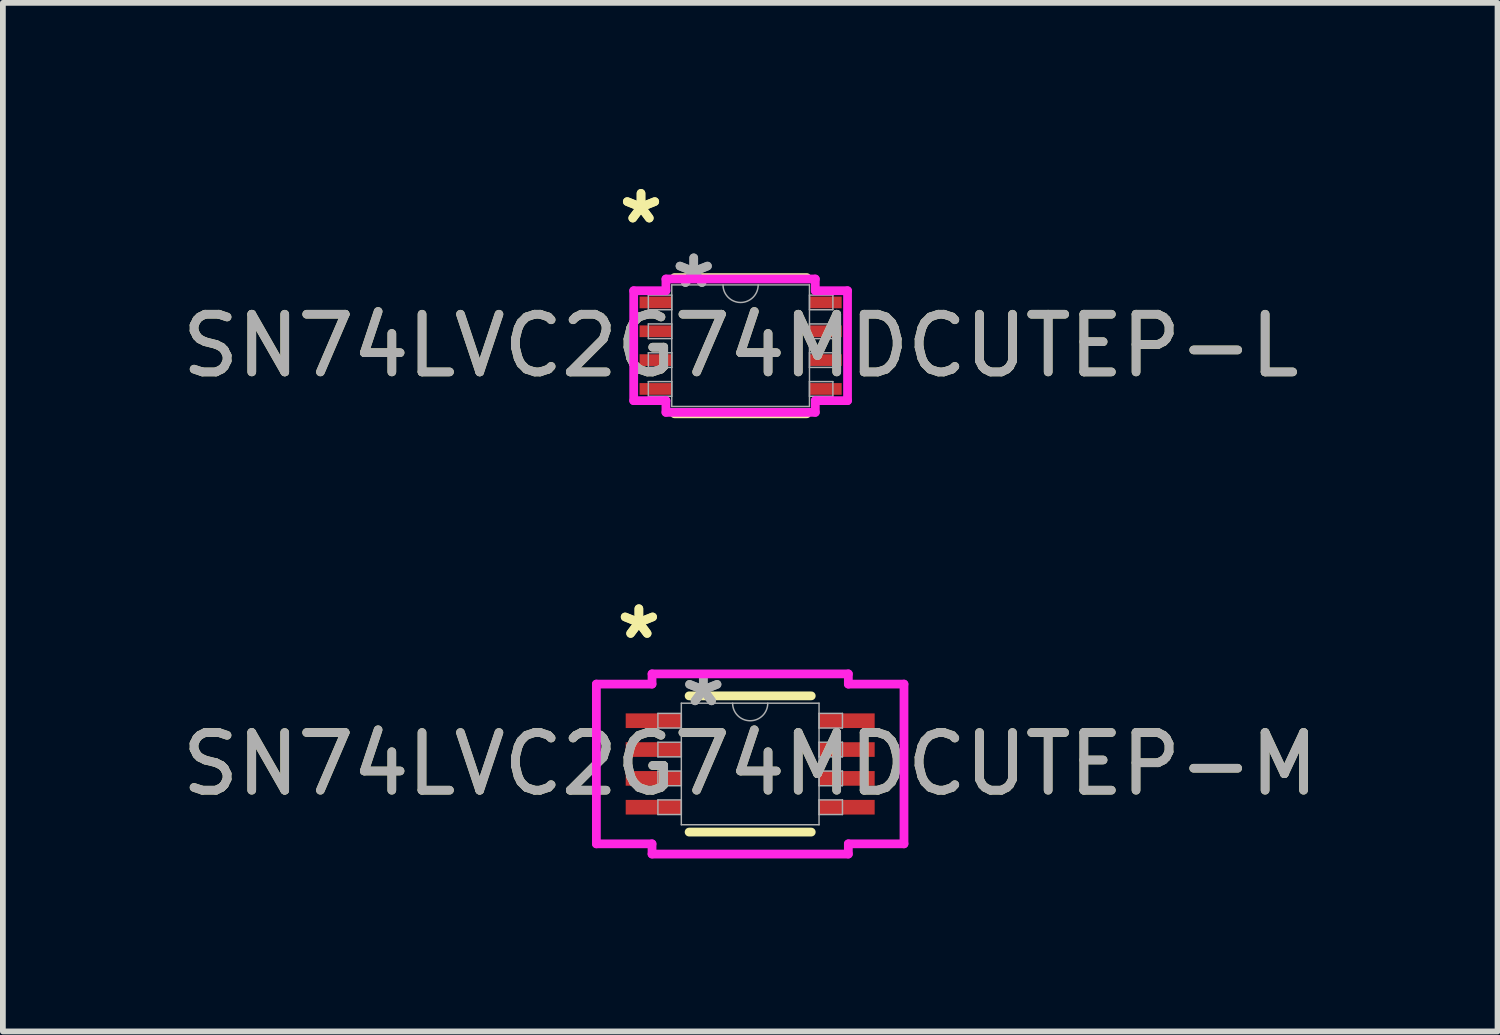
<source format=kicad_pcb>
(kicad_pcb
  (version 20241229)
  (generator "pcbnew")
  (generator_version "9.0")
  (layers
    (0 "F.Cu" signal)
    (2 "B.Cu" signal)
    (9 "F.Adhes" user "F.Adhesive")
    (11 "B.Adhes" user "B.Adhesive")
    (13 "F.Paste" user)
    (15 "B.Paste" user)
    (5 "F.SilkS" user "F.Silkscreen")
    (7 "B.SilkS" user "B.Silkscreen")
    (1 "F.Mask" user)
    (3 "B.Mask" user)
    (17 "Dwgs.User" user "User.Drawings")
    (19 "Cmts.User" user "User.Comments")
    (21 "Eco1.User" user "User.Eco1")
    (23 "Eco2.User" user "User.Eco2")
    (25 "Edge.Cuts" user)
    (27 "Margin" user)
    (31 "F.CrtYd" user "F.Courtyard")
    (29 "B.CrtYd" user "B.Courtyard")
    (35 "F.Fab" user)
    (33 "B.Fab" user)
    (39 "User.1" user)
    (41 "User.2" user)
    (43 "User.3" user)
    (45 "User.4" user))
  (footprint "SN74LVC2G74MDCUTEP-L"
    (layer "F.Cu")
    (at 9.792 2.944)
    (property "Reference" "SN74LVC2G74MDCUTEP-L" (at 0 0 0) (unlocked yes) (layer "F.SilkS") (effects (font (size 1 1) (thickness 0.15))))
    (attr smd)
    (fp_line (start -1.147 1.181) (end 1.147 1.181) (stroke (width 0.152) (type solid)) (layer "F.SilkS"))
    (fp_line (start 1.147 -1.181) (end -1.147 -1.181) (stroke (width 0.152) (type solid)) (layer "F.SilkS"))
    (fp_line (start -1.854 -0.953) (end -1.295 -0.953) (stroke (width 0.152) (type solid)) (layer "F.CrtYd"))
    (fp_line (start -1.854 0.953) (end -1.854 -0.953) (stroke (width 0.152) (type solid)) (layer "F.CrtYd"))
    (fp_line (start -1.854 0.953) (end -1.295 0.953) (stroke (width 0.152) (type solid)) (layer "F.CrtYd"))
    (fp_line (start -1.295 -1.156) (end 1.295 -1.156) (stroke (width 0.152) (type solid)) (layer "F.CrtYd"))
    (fp_line (start -1.295 -0.953) (end -1.295 -1.156) (stroke (width 0.152) (type solid)) (layer "F.CrtYd"))
    (fp_line (start -1.295 1.156) (end -1.295 0.953) (stroke (width 0.152) (type solid)) (layer "F.CrtYd"))
    (fp_line (start 1.295 -1.156) (end 1.295 -0.953) (stroke (width 0.152) (type solid)) (layer "F.CrtYd"))
    (fp_line (start 1.295 0.953) (end 1.295 1.156) (stroke (width 0.152) (type solid)) (layer "F.CrtYd"))
    (fp_line (start 1.295 1.156) (end -1.295 1.156) (stroke (width 0.152) (type solid)) (layer "F.CrtYd"))
    (fp_line (start 1.854 -0.953) (end 1.295 -0.953) (stroke (width 0.152) (type solid)) (layer "F.CrtYd"))
    (fp_line (start 1.854 -0.953) (end 1.854 0.953) (stroke (width 0.152) (type solid)) (layer "F.CrtYd"))
    (fp_line (start 1.854 0.953) (end 1.295 0.953) (stroke (width 0.152) (type solid)) (layer "F.CrtYd"))
    (fp_line (start -1.6 -0.877) (end -1.6 -0.623) (stroke (width 0.025) (type solid)) (layer "F.Fab"))
    (fp_line (start -1.6 -0.623) (end -1.194 -0.623) (stroke (width 0.025) (type solid)) (layer "F.Fab"))
    (fp_line (start -1.6 -0.377) (end -1.6 -0.123) (stroke (width 0.025) (type solid)) (layer "F.Fab"))
    (fp_line (start -1.6 -0.123) (end -1.194 -0.123) (stroke (width 0.025) (type solid)) (layer "F.Fab"))
    (fp_line (start -1.6 0.123) (end -1.6 0.377) (stroke (width 0.025) (type solid)) (layer "F.Fab"))
    (fp_line (start -1.6 0.377) (end -1.194 0.377) (stroke (width 0.025) (type solid)) (layer "F.Fab"))
    (fp_line (start -1.6 0.623) (end -1.6 0.877) (stroke (width 0.025) (type solid)) (layer "F.Fab"))
    (fp_line (start -1.6 0.877) (end -1.194 0.877) (stroke (width 0.025) (type solid)) (layer "F.Fab"))
    (fp_line (start -1.194 -1.054) (end -1.194 1.054) (stroke (width 0.025) (type solid)) (layer "F.Fab"))
    (fp_line (start -1.194 -0.877) (end -1.6 -0.877) (stroke (width 0.025) (type solid)) (layer "F.Fab"))
    (fp_line (start -1.194 -0.623) (end -1.194 -0.877) (stroke (width 0.025) (type solid)) (layer "F.Fab"))
    (fp_line (start -1.194 -0.377) (end -1.6 -0.377) (stroke (width 0.025) (type solid)) (layer "F.Fab"))
    (fp_line (start -1.194 -0.123) (end -1.194 -0.377) (stroke (width 0.025) (type solid)) (layer "F.Fab"))
    (fp_line (start -1.194 0.123) (end -1.6 0.123) (stroke (width 0.025) (type solid)) (layer "F.Fab"))
    (fp_line (start -1.194 0.377) (end -1.194 0.123) (stroke (width 0.025) (type solid)) (layer "F.Fab"))
    (fp_line (start -1.194 0.623) (end -1.6 0.623) (stroke (width 0.025) (type solid)) (layer "F.Fab"))
    (fp_line (start -1.194 0.877) (end -1.194 0.623) (stroke (width 0.025) (type solid)) (layer "F.Fab"))
    (fp_line (start -1.194 1.054) (end 1.194 1.054) (stroke (width 0.025) (type solid)) (layer "F.Fab"))
    (fp_line (start 1.194 -1.054) (end -1.194 -1.054) (stroke (width 0.025) (type solid)) (layer "F.Fab"))
    (fp_line (start 1.194 -0.877) (end 1.194 -0.623) (stroke (width 0.025) (type solid)) (layer "F.Fab"))
    (fp_line (start 1.194 -0.623) (end 1.6 -0.623) (stroke (width 0.025) (type solid)) (layer "F.Fab"))
    (fp_line (start 1.194 -0.377) (end 1.194 -0.123) (stroke (width 0.025) (type solid)) (layer "F.Fab"))
    (fp_line (start 1.194 -0.123) (end 1.6 -0.123) (stroke (width 0.025) (type solid)) (layer "F.Fab"))
    (fp_line (start 1.194 0.123) (end 1.194 0.377) (stroke (width 0.025) (type solid)) (layer "F.Fab"))
    (fp_line (start 1.194 0.377) (end 1.6 0.377) (stroke (width 0.025) (type solid)) (layer "F.Fab"))
    (fp_line (start 1.194 0.623) (end 1.194 0.877) (stroke (width 0.025) (type solid)) (layer "F.Fab"))
    (fp_line (start 1.194 0.877) (end 1.6 0.877) (stroke (width 0.025) (type solid)) (layer "F.Fab"))
    (fp_line (start 1.194 1.054) (end 1.194 -1.054) (stroke (width 0.025) (type solid)) (layer "F.Fab"))
    (fp_line (start 1.6 -0.877) (end 1.194 -0.877) (stroke (width 0.025) (type solid)) (layer "F.Fab"))
    (fp_line (start 1.6 -0.623) (end 1.6 -0.877) (stroke (width 0.025) (type solid)) (layer "F.Fab"))
    (fp_line (start 1.6 -0.377) (end 1.194 -0.377) (stroke (width 0.025) (type solid)) (layer "F.Fab"))
    (fp_line (start 1.6 -0.123) (end 1.6 -0.377) (stroke (width 0.025) (type solid)) (layer "F.Fab"))
    (fp_line (start 1.6 0.123) (end 1.194 0.123) (stroke (width 0.025) (type solid)) (layer "F.Fab"))
    (fp_line (start 1.6 0.377) (end 1.6 0.123) (stroke (width 0.025) (type solid)) (layer "F.Fab"))
    (fp_line (start 1.6 0.623) (end 1.194 0.623) (stroke (width 0.025) (type solid)) (layer "F.Fab"))
    (fp_line (start 1.6 0.877) (end 1.6 0.623) (stroke (width 0.025) (type solid)) (layer "F.Fab"))
    (fp_arc (start 0.3048 -1.0541) (mid 0 -0.7493) (end -0.3048 -1.0541) (stroke (width 0.0254) (type solid)) (layer "F.Fab"))
    (fp_text user "*" (at -1.727 -2.096 0) (unlocked yes) (layer "F.SilkS") (effects (font (size 1 1) (thickness 0.15))))
    (fp_text user "*" (at -1.727 -2.096 0) (layer "F.SilkS") (effects (font (size 1 1) (thickness 0.15))))
    (fp_text user "*" (at -0.813 -0.978 0) (layer "F.Fab") (effects (font (size 1 1) (thickness 0.15))))
    (fp_text user "${REFERENCE}" (at 0 0 0) (unlocked yes) (layer "F.Fab") (effects (font (size 1 1) (thickness 0.15))))
    (fp_text user "*" (at -0.813 -0.978 0) (unlocked yes) (layer "F.Fab") (effects (font (size 1 1) (thickness 0.15))))
    (pad "1" smd rect (at -1.473 -0.75) (size 0.559 0.203) (layers "F.Cu" "F.Mask" "F.Paste"))
    (pad "2" smd rect (at -1.473 -0.25) (size 0.559 0.203) (layers "F.Cu" "F.Mask" "F.Paste"))
    (pad "3" smd rect (at -1.473 0.25) (size 0.559 0.203) (layers "F.Cu" "F.Mask" "F.Paste"))
    (pad "4" smd rect (at -1.473 0.75) (size 0.559 0.203) (layers "F.Cu" "F.Mask" "F.Paste"))
    (pad "5" smd rect (at 1.473 0.75) (size 0.559 0.203) (layers "F.Cu" "F.Mask" "F.Paste"))
    (pad "6" smd rect (at 1.473 0.25) (size 0.559 0.203) (layers "F.Cu" "F.Mask" "F.Paste"))
    (pad "7" smd rect (at 1.473 -0.25) (size 0.559 0.203) (layers "F.Cu" "F.Mask" "F.Paste"))
    (pad "8" smd rect (at 1.473 -0.75) (size 0.559 0.203) (layers "F.Cu" "F.Mask" "F.Paste")))
  (footprint "SN74LVC2G74MDCUTEP-M"
    (layer "F.Cu")
    (at 9.958 10.197)
    (property "Reference" "SN74LVC2G74MDCUTEP-M" (at 0 0 0) (unlocked yes) (layer "F.SilkS") (effects (font (size 1 1) (thickness 0.15))))
    (attr smd)
    (fp_line (start -1.059 1.181) (end 1.059 1.181) (stroke (width 0.152) (type solid)) (layer "F.SilkS"))
    (fp_line (start 1.059 -1.181) (end -1.059 -1.181) (stroke (width 0.152) (type solid)) (layer "F.SilkS"))
    (fp_line (start -2.667 -1.385) (end -1.702 -1.385) (stroke (width 0.152) (type solid)) (layer "F.CrtYd"))
    (fp_line (start -2.667 1.385) (end -2.667 -1.385) (stroke (width 0.152) (type solid)) (layer "F.CrtYd"))
    (fp_line (start -2.667 1.385) (end -1.702 1.385) (stroke (width 0.152) (type solid)) (layer "F.CrtYd"))
    (fp_line (start -1.702 -1.562) (end 1.702 -1.562) (stroke (width 0.152) (type solid)) (layer "F.CrtYd"))
    (fp_line (start -1.702 -1.385) (end -1.702 -1.562) (stroke (width 0.152) (type solid)) (layer "F.CrtYd"))
    (fp_line (start -1.702 1.562) (end -1.702 1.385) (stroke (width 0.152) (type solid)) (layer "F.CrtYd"))
    (fp_line (start 1.702 -1.562) (end 1.702 -1.385) (stroke (width 0.152) (type solid)) (layer "F.CrtYd"))
    (fp_line (start 1.702 1.385) (end 1.702 1.562) (stroke (width 0.152) (type solid)) (layer "F.CrtYd"))
    (fp_line (start 1.702 1.562) (end -1.702 1.562) (stroke (width 0.152) (type solid)) (layer "F.CrtYd"))
    (fp_line (start 2.667 -1.385) (end 1.702 -1.385) (stroke (width 0.152) (type solid)) (layer "F.CrtYd"))
    (fp_line (start 2.667 -1.385) (end 2.667 1.385) (stroke (width 0.152) (type solid)) (layer "F.CrtYd"))
    (fp_line (start 2.667 1.385) (end 1.702 1.385) (stroke (width 0.152) (type solid)) (layer "F.CrtYd"))
    (fp_line (start -1.6 -0.877) (end -1.6 -0.623) (stroke (width 0.025) (type solid)) (layer "F.Fab"))
    (fp_line (start -1.6 -0.623) (end -1.194 -0.623) (stroke (width 0.025) (type solid)) (layer "F.Fab"))
    (fp_line (start -1.6 -0.377) (end -1.6 -0.123) (stroke (width 0.025) (type solid)) (layer "F.Fab"))
    (fp_line (start -1.6 -0.123) (end -1.194 -0.123) (stroke (width 0.025) (type solid)) (layer "F.Fab"))
    (fp_line (start -1.6 0.123) (end -1.6 0.377) (stroke (width 0.025) (type solid)) (layer "F.Fab"))
    (fp_line (start -1.6 0.377) (end -1.194 0.377) (stroke (width 0.025) (type solid)) (layer "F.Fab"))
    (fp_line (start -1.6 0.623) (end -1.6 0.877) (stroke (width 0.025) (type solid)) (layer "F.Fab"))
    (fp_line (start -1.6 0.877) (end -1.194 0.877) (stroke (width 0.025) (type solid)) (layer "F.Fab"))
    (fp_line (start -1.194 -1.054) (end -1.194 1.054) (stroke (width 0.025) (type solid)) (layer "F.Fab"))
    (fp_line (start -1.194 -0.877) (end -1.6 -0.877) (stroke (width 0.025) (type solid)) (layer "F.Fab"))
    (fp_line (start -1.194 -0.623) (end -1.194 -0.877) (stroke (width 0.025) (type solid)) (layer "F.Fab"))
    (fp_line (start -1.194 -0.377) (end -1.6 -0.377) (stroke (width 0.025) (type solid)) (layer "F.Fab"))
    (fp_line (start -1.194 -0.123) (end -1.194 -0.377) (stroke (width 0.025) (type solid)) (layer "F.Fab"))
    (fp_line (start -1.194 0.123) (end -1.6 0.123) (stroke (width 0.025) (type solid)) (layer "F.Fab"))
    (fp_line (start -1.194 0.377) (end -1.194 0.123) (stroke (width 0.025) (type solid)) (layer "F.Fab"))
    (fp_line (start -1.194 0.623) (end -1.6 0.623) (stroke (width 0.025) (type solid)) (layer "F.Fab"))
    (fp_line (start -1.194 0.877) (end -1.194 0.623) (stroke (width 0.025) (type solid)) (layer "F.Fab"))
    (fp_line (start -1.194 1.054) (end 1.194 1.054) (stroke (width 0.025) (type solid)) (layer "F.Fab"))
    (fp_line (start 1.194 -1.054) (end -1.194 -1.054) (stroke (width 0.025) (type solid)) (layer "F.Fab"))
    (fp_line (start 1.194 -0.877) (end 1.194 -0.623) (stroke (width 0.025) (type solid)) (layer "F.Fab"))
    (fp_line (start 1.194 -0.623) (end 1.6 -0.623) (stroke (width 0.025) (type solid)) (layer "F.Fab"))
    (fp_line (start 1.194 -0.377) (end 1.194 -0.123) (stroke (width 0.025) (type solid)) (layer "F.Fab"))
    (fp_line (start 1.194 -0.123) (end 1.6 -0.123) (stroke (width 0.025) (type solid)) (layer "F.Fab"))
    (fp_line (start 1.194 0.123) (end 1.194 0.377) (stroke (width 0.025) (type solid)) (layer "F.Fab"))
    (fp_line (start 1.194 0.377) (end 1.6 0.377) (stroke (width 0.025) (type solid)) (layer "F.Fab"))
    (fp_line (start 1.194 0.623) (end 1.194 0.877) (stroke (width 0.025) (type solid)) (layer "F.Fab"))
    (fp_line (start 1.194 0.877) (end 1.6 0.877) (stroke (width 0.025) (type solid)) (layer "F.Fab"))
    (fp_line (start 1.194 1.054) (end 1.194 -1.054) (stroke (width 0.025) (type solid)) (layer "F.Fab"))
    (fp_line (start 1.6 -0.877) (end 1.194 -0.877) (stroke (width 0.025) (type solid)) (layer "F.Fab"))
    (fp_line (start 1.6 -0.623) (end 1.6 -0.877) (stroke (width 0.025) (type solid)) (layer "F.Fab"))
    (fp_line (start 1.6 -0.377) (end 1.194 -0.377) (stroke (width 0.025) (type solid)) (layer "F.Fab"))
    (fp_line (start 1.6 -0.123) (end 1.6 -0.377) (stroke (width 0.025) (type solid)) (layer "F.Fab"))
    (fp_line (start 1.6 0.123) (end 1.194 0.123) (stroke (width 0.025) (type solid)) (layer "F.Fab"))
    (fp_line (start 1.6 0.377) (end 1.6 0.123) (stroke (width 0.025) (type solid)) (layer "F.Fab"))
    (fp_line (start 1.6 0.623) (end 1.194 0.623) (stroke (width 0.025) (type solid)) (layer "F.Fab"))
    (fp_line (start 1.6 0.877) (end 1.6 0.623) (stroke (width 0.025) (type solid)) (layer "F.Fab"))
    (fp_arc (start 0.3048 -1.0541) (mid 0 -0.7493) (end -0.3048 -1.0541) (stroke (width 0.0254) (type solid)) (layer "F.Fab"))
    (fp_text user "*" (at -1.93 -2.147 0) (unlocked yes) (layer "F.SilkS") (effects (font (size 1 1) (thickness 0.15))))
    (fp_text user "*" (at -1.93 -2.147 0) (layer "F.SilkS") (effects (font (size 1 1) (thickness 0.15))))
    (fp_text user "${REFERENCE}" (at 0 0 0) (unlocked yes) (layer "F.Fab") (effects (font (size 1 1) (thickness 0.15))))
    (fp_text user "*" (at -0.813 -0.978 0) (unlocked yes) (layer "F.Fab") (effects (font (size 1 1) (thickness 0.15))))
    (fp_text user "*" (at -0.813 -0.978 0) (layer "F.Fab") (effects (font (size 1 1) (thickness 0.15))))
    (pad "1" smd rect (at -1.676 -0.75) (size 0.965 0.254) (layers "F.Cu" "F.Mask" "F.Paste"))
    (pad "2" smd rect (at -1.676 -0.25) (size 0.965 0.254) (layers "F.Cu" "F.Mask" "F.Paste"))
    (pad "3" smd rect (at -1.676 0.25) (size 0.965 0.254) (layers "F.Cu" "F.Mask" "F.Paste"))
    (pad "4" smd rect (at -1.676 0.75) (size 0.965 0.254) (layers "F.Cu" "F.Mask" "F.Paste"))
    (pad "5" smd rect (at 1.676 0.75) (size 0.965 0.254) (layers "F.Cu" "F.Mask" "F.Paste"))
    (pad "6" smd rect (at 1.676 0.25) (size 0.965 0.254) (layers "F.Cu" "F.Mask" "F.Paste"))
    (pad "7" smd rect (at 1.676 -0.25) (size 0.965 0.254) (layers "F.Cu" "F.Mask" "F.Paste"))
    (pad "8" smd rect (at 1.676 -0.75) (size 0.965 0.254) (layers "F.Cu" "F.Mask" "F.Paste")))
  (gr_rect
    (start -3 -3)
    (end 22.917 14.835)
    (stroke (width 0.1) (type default))
    (fill no)
    (layer "Edge.Cuts")))
</source>
